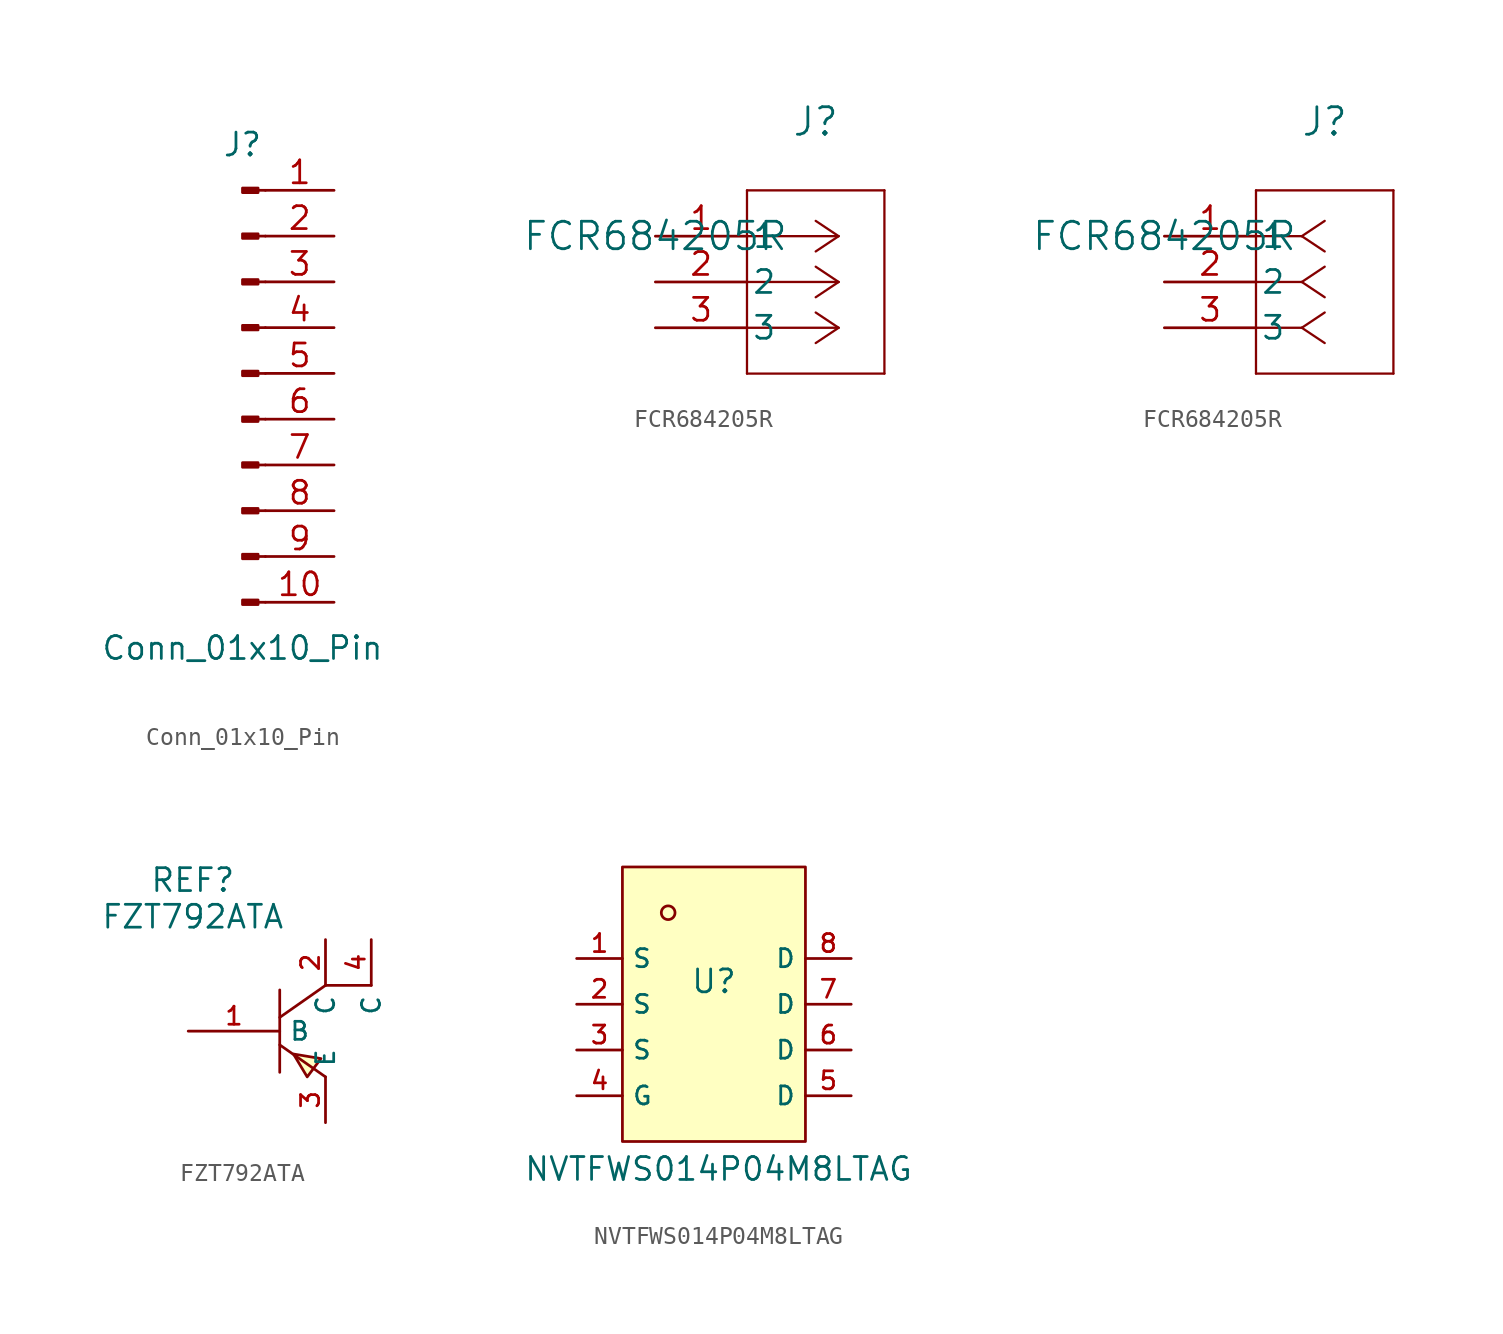
<source format=kicad_sym>
(kicad_symbol_lib
  (version 20231120)
  (generator "kicad_symbol_editor")
  (generator_version "8.0")
  (symbol "Conn_01x10_Pin"
    (pin_names
      (offset 1.016) hide)
    (property "Reference" "J"
      (at 0 12.7 0)
      (effects (font (size 1.27 1.27))))
    (property "Value" "Conn_01x10_Pin"
      (at 0 -15.24 0)
      (effects (font (size 1.27 1.27))))
    (property "ki_locked" ""
      (at 0 0 0)
      (effects (font (size 1.27 1.27))))
    (symbol "Conn_01x10_Pin_1_1"
      (polyline (pts (xy 1.27 -12.7) (xy 0.864 -12.7)) (stroke (width 0.152) (type default)) (fill (type none)))
      (polyline (pts (xy 1.27 -10.16) (xy 0.864 -10.16)) (stroke (width 0.152) (type default)) (fill (type none)))
      (polyline (pts (xy 1.27 -7.62) (xy 0.864 -7.62)) (stroke (width 0.152) (type default)) (fill (type none)))
      (polyline (pts (xy 1.27 -5.08) (xy 0.864 -5.08)) (stroke (width 0.152) (type default)) (fill (type none)))
      (polyline (pts (xy 1.27 -2.54) (xy 0.864 -2.54)) (stroke (width 0.152) (type default)) (fill (type none)))
      (polyline (pts (xy 1.27 0) (xy 0.864 0)) (stroke (width 0.152) (type default)) (fill (type none)))
      (polyline (pts (xy 1.27 2.54) (xy 0.864 2.54)) (stroke (width 0.152) (type default)) (fill (type none)))
      (polyline (pts (xy 1.27 5.08) (xy 0.864 5.08)) (stroke (width 0.152) (type default)) (fill (type none)))
      (polyline (pts (xy 1.27 7.62) (xy 0.864 7.62)) (stroke (width 0.152) (type default)) (fill (type none)))
      (polyline (pts (xy 1.27 10.16) (xy 0.864 10.16)) (stroke (width 0.152) (type default)) (fill (type none)))
      (rectangle (start 0.864 -12.573) (end 0 -12.827) (stroke (width 0.152) (type default)) (fill (type outline)))
      (rectangle (start 0.864 -10.033) (end 0 -10.287) (stroke (width 0.152) (type default)) (fill (type outline)))
      (rectangle (start 0.864 -7.493) (end 0 -7.747) (stroke (width 0.152) (type default)) (fill (type outline)))
      (rectangle (start 0.864 -4.953) (end 0 -5.207) (stroke (width 0.152) (type default)) (fill (type outline)))
      (rectangle (start 0.864 -2.413) (end 0 -2.667) (stroke (width 0.152) (type default)) (fill (type outline)))
      (rectangle (start 0.864 0.127) (end 0 -0.127) (stroke (width 0.152) (type default)) (fill (type outline)))
      (rectangle (start 0.864 2.667) (end 0 2.413) (stroke (width 0.152) (type default)) (fill (type outline)))
      (rectangle (start 0.864 5.207) (end 0 4.953) (stroke (width 0.152) (type default)) (fill (type outline)))
      (rectangle (start 0.864 7.747) (end 0 7.493) (stroke (width 0.152) (type default)) (fill (type outline)))
      (rectangle (start 0.864 10.287) (end 0 10.033) (stroke (width 0.152) (type default)) (fill (type outline)))
      (pin passive line (at 5.08 10.16 180) (length 3.81) (name "Pin_1" (effects (font (size 1.27 1.27)))) (number "1" (effects (font (size 1.27 1.27)))))
      (pin passive line (at 5.08 -12.7 180) (length 3.81) (name "Pin_10" (effects (font (size 1.27 1.27)))) (number "10" (effects (font (size 1.27 1.27)))))
      (pin passive line (at 5.08 7.62 180) (length 3.81) (name "Pin_2" (effects (font (size 1.27 1.27)))) (number "2" (effects (font (size 1.27 1.27)))))
      (pin passive line (at 5.08 5.08 180) (length 3.81) (name "Pin_3" (effects (font (size 1.27 1.27)))) (number "3" (effects (font (size 1.27 1.27)))))
      (pin passive line (at 5.08 2.54 180) (length 3.81) (name "Pin_4" (effects (font (size 1.27 1.27)))) (number "4" (effects (font (size 1.27 1.27)))))
      (pin passive line (at 5.08 0 180) (length 3.81) (name "Pin_5" (effects (font (size 1.27 1.27)))) (number "5" (effects (font (size 1.27 1.27)))))
      (pin passive line (at 5.08 -2.54 180) (length 3.81) (name "Pin_6" (effects (font (size 1.27 1.27)))) (number "6" (effects (font (size 1.27 1.27)))))
      (pin passive line (at 5.08 -5.08 180) (length 3.81) (name "Pin_7" (effects (font (size 1.27 1.27)))) (number "7" (effects (font (size 1.27 1.27)))))
      (pin passive line (at 5.08 -7.62 180) (length 3.81) (name "Pin_8" (effects (font (size 1.27 1.27)))) (number "8" (effects (font (size 1.27 1.27)))))
      (pin passive line (at 5.08 -10.16 180) (length 3.81) (name "Pin_9" (effects (font (size 1.27 1.27)))) (number "9" (effects (font (size 1.27 1.27)))))))
  (symbol "FCR684205R"
    (pin_names
      (offset 0.254))
    (property "Reference" "J"
      (at 8.89 6.35 0)
      (effects (font (size 1.524 1.524))))
    (property "Value" "FCR684205R"
      (at 0 0 0)
      (effects (font (size 1.524 1.524))))
    (property "ki_locked" ""
      (at 0 0 0)
      (effects (font (size 1.27 1.27))))
    (symbol "FCR684205R_1_1"
      (polyline (pts (xy 5.08 -7.62) (xy 12.7 -7.62)) (stroke (width 0.127) (type default)) (fill (type none)))
      (polyline (pts (xy 5.08 2.54) (xy 5.08 -7.62)) (stroke (width 0.127) (type default)) (fill (type none)))
      (polyline (pts (xy 10.16 -5.08) (xy 5.08 -5.08)) (stroke (width 0.127) (type default)) (fill (type none)))
      (polyline (pts (xy 10.16 -5.08) (xy 8.89 -5.927)) (stroke (width 0.127) (type default)) (fill (type none)))
      (polyline (pts (xy 10.16 -5.08) (xy 8.89 -4.233)) (stroke (width 0.127) (type default)) (fill (type none)))
      (polyline (pts (xy 10.16 -2.54) (xy 5.08 -2.54)) (stroke (width 0.127) (type default)) (fill (type none)))
      (polyline (pts (xy 10.16 -2.54) (xy 8.89 -3.387)) (stroke (width 0.127) (type default)) (fill (type none)))
      (polyline (pts (xy 10.16 -2.54) (xy 8.89 -1.693)) (stroke (width 0.127) (type default)) (fill (type none)))
      (polyline (pts (xy 10.16 0) (xy 5.08 0)) (stroke (width 0.127) (type default)) (fill (type none)))
      (polyline (pts (xy 10.16 0) (xy 8.89 -0.847)) (stroke (width 0.127) (type default)) (fill (type none)))
      (polyline (pts (xy 10.16 0) (xy 8.89 0.847)) (stroke (width 0.127) (type default)) (fill (type none)))
      (polyline (pts (xy 12.7 -7.62) (xy 12.7 2.54)) (stroke (width 0.127) (type default)) (fill (type none)))
      (polyline (pts (xy 12.7 2.54) (xy 5.08 2.54)) (stroke (width 0.127) (type default)) (fill (type none)))
      (pin output line (at 0 0 0) (length 5.08) (name "1" (effects (font (size 1.27 1.27)))) (number "1" (effects (font (size 1.27 1.27)))))
      (pin power_in line (at 0 -2.54 0) (length 5.08) (name "2" (effects (font (size 1.27 1.27)))) (number "2" (effects (font (size 1.27 1.27)))))
      (pin power_in line (at 0 -5.08 0) (length 5.08) (name "3" (effects (font (size 1.27 1.27)))) (number "3" (effects (font (size 1.27 1.27))))))
    (symbol "FCR684205R_1_2"
      (polyline (pts (xy 5.08 -7.62) (xy 12.7 -7.62)) (stroke (width 0.127) (type default)) (fill (type none)))
      (polyline (pts (xy 5.08 2.54) (xy 5.08 -7.62)) (stroke (width 0.127) (type default)) (fill (type none)))
      (polyline (pts (xy 7.62 -5.08) (xy 5.08 -5.08)) (stroke (width 0.127) (type default)) (fill (type none)))
      (polyline (pts (xy 7.62 -5.08) (xy 8.89 -5.927)) (stroke (width 0.127) (type default)) (fill (type none)))
      (polyline (pts (xy 7.62 -5.08) (xy 8.89 -4.233)) (stroke (width 0.127) (type default)) (fill (type none)))
      (polyline (pts (xy 7.62 -2.54) (xy 5.08 -2.54)) (stroke (width 0.127) (type default)) (fill (type none)))
      (polyline (pts (xy 7.62 -2.54) (xy 8.89 -3.387)) (stroke (width 0.127) (type default)) (fill (type none)))
      (polyline (pts (xy 7.62 -2.54) (xy 8.89 -1.693)) (stroke (width 0.127) (type default)) (fill (type none)))
      (polyline (pts (xy 7.62 0) (xy 5.08 0)) (stroke (width 0.127) (type default)) (fill (type none)))
      (polyline (pts (xy 7.62 0) (xy 8.89 -0.847)) (stroke (width 0.127) (type default)) (fill (type none)))
      (polyline (pts (xy 7.62 0) (xy 8.89 0.847)) (stroke (width 0.127) (type default)) (fill (type none)))
      (polyline (pts (xy 12.7 -7.62) (xy 12.7 2.54)) (stroke (width 0.127) (type default)) (fill (type none)))
      (polyline (pts (xy 12.7 2.54) (xy 5.08 2.54)) (stroke (width 0.127) (type default)) (fill (type none)))
      (pin output line (at 0 0 0) (length 5.08) (name "1" (effects (font (size 1.27 1.27)))) (number "1" (effects (font (size 1.27 1.27)))))
      (pin power_in line (at 0 -2.54 0) (length 5.08) (name "2" (effects (font (size 1.27 1.27)))) (number "2" (effects (font (size 1.27 1.27)))))
      (pin power_in line (at 0 -5.08 0) (length 5.08) (name "3" (effects (font (size 1.27 1.27)))) (number "3" (effects (font (size 1.27 1.27)))))))
  (symbol "FZT792ATA"
    (property "Reference" "REF"
      (at -3.556 8.382 0)
      (effects (font (size 1.27 1.27))))
    (property "Value" "FZT792ATA"
      (at -3.556 6.35 0)
      (effects (font (size 1.27 1.27))))
    (symbol "FZT792ATA_0_1"
      (polyline (pts (xy 1.27 -0.762) (xy 3.81 -2.54)) (stroke (width 0) (type default)) (fill (type none)))
      (polyline (pts (xy 1.27 2.286) (xy 1.27 -2.286)) (stroke (width 0) (type default)) (fill (type none)))
      (polyline (pts (xy 3.81 2.54) (xy 1.27 0.762)) (stroke (width 0) (type default)) (fill (type none)))
      (polyline (pts (xy 3.81 2.54) (xy 6.35 2.54)) (stroke (width 0) (type default)) (fill (type none)))
      (polyline (pts (xy 2.032 -1.27) (xy 2.794 -2.54) (xy 3.556 -1.524) (xy 2.032 -1.27)) (stroke (width 0) (type default)) (fill (type background)))
      (pin unspecified line (at -3.81 0 0) (length 5.08) (name "B" (effects (font (size 1 1)))) (number "1" (effects (font (size 1 1)))))
      (pin unspecified line (at 3.81 5.08 270) (length 2.54) (name "C" (effects (font (size 1 1)))) (number "2" (effects (font (size 1 1)))))
      (pin unspecified line (at 3.81 -5.08 90) (length 2.54) (name "E" (effects (font (size 1 1)))) (number "3" (effects (font (size 1 1)))))
      (pin unspecified line (at 6.35 5.08 270) (length 2.54) (name "C" (effects (font (size 1 1)))) (number "4" (effects (font (size 1 1)))))))
  (symbol "NVTFWS014P04M8LTAG"
    (property "Reference" "U"
      (at 0 1.27 0)
      (effects (font (size 1.27 1.27))))
    (property "Value" "NVTFWS014P04M8LTAG"
      (at 0.254 -9.144 0)
      (effects (font (size 1.27 1.27))))
    (symbol "NVTFWS014P04M8LTAG_0_1"
      (rectangle (start -5.08 7.62) (end 5.08 -7.62) (stroke (width 0) (type default)) (fill (type background)))
      (circle (center -2.54 5.08) (radius 0.381) (stroke (width 0) (type default)) (fill (type background)))
      (pin unspecified line (at -7.62 2.54 0) (length 2.54) (name "S" (effects (font (size 1 1)))) (number "1" (effects (font (size 1 1)))))
      (pin unspecified line (at -7.62 0 0) (length 2.54) (name "S" (effects (font (size 1 1)))) (number "2" (effects (font (size 1 1)))))
      (pin unspecified line (at -7.62 -2.54 0) (length 2.54) (name "S" (effects (font (size 1 1)))) (number "3" (effects (font (size 1 1)))))
      (pin unspecified line (at -7.62 -5.08 0) (length 2.54) (name "G" (effects (font (size 1 1)))) (number "4" (effects (font (size 1 1)))))
      (pin unspecified line (at 7.62 -5.08 180) (length 2.54) (name "D" (effects (font (size 1 1)))) (number "5" (effects (font (size 1 1)))))
      (pin unspecified line (at 7.62 -2.54 180) (length 2.54) (name "D" (effects (font (size 1 1)))) (number "6" (effects (font (size 1 1)))))
      (pin unspecified line (at 7.62 0 180) (length 2.54) (name "D" (effects (font (size 1 1)))) (number "7" (effects (font (size 1 1)))))
      (pin unspecified line (at 7.62 2.54 180) (length 2.54) (name "D" (effects (font (size 1 1)))) (number "8" (effects (font (size 1 1))))))))
</source>
